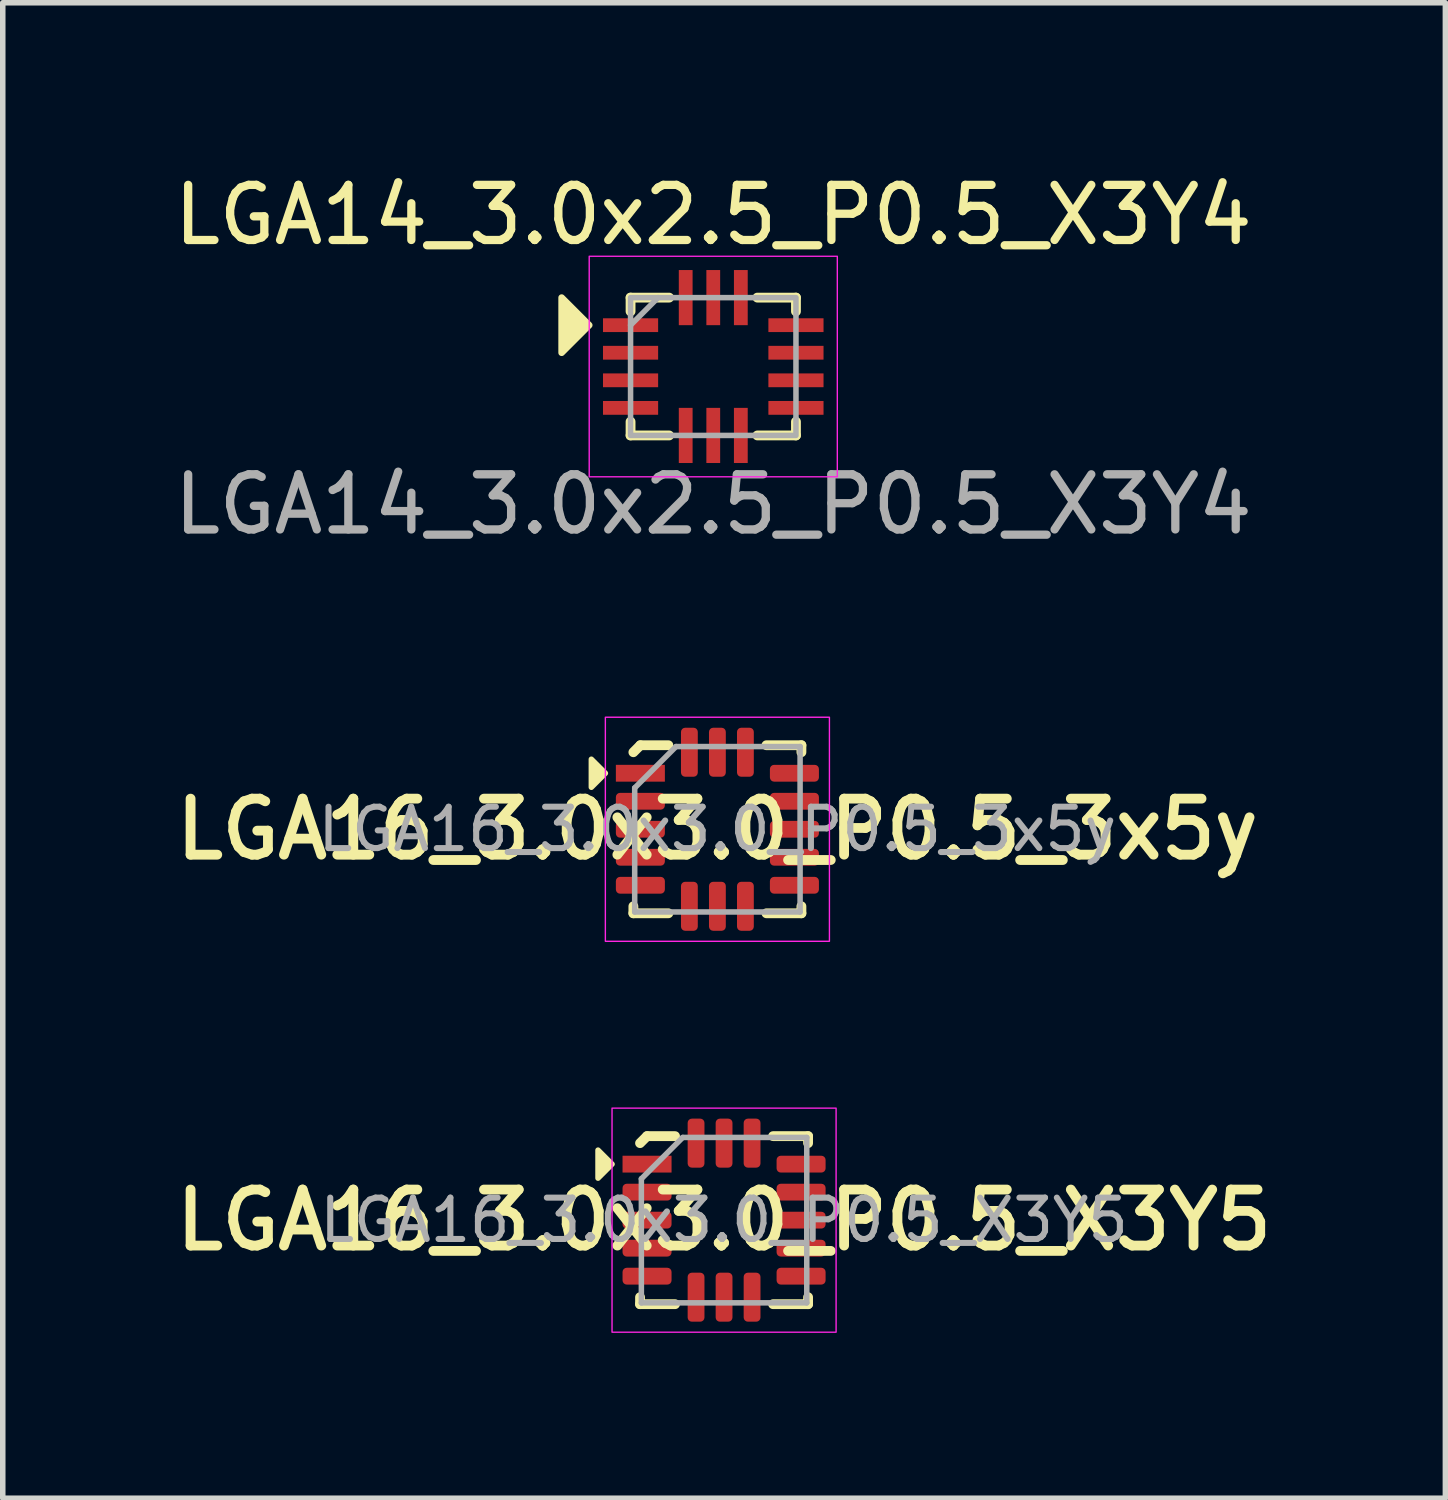
<source format=kicad_pcb>
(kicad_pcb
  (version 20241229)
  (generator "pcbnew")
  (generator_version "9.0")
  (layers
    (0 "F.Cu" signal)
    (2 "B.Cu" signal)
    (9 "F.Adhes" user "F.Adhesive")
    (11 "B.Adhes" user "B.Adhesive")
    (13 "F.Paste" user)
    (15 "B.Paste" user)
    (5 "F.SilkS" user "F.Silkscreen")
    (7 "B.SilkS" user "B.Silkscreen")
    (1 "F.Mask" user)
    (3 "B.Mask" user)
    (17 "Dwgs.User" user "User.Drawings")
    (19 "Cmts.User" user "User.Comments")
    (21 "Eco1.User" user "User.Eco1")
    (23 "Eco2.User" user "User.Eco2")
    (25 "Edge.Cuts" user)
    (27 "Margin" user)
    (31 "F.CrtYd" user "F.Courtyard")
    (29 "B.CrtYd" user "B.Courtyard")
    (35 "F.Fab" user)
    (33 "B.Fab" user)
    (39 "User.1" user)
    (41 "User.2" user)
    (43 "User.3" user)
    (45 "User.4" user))
  (footprint "LGA16_3.0x3.0_P0.5_3x5y"
    (layer "F.Cu")
    (at 9.962 11.991)
    (property "Reference" "LGA16_3.0x3.0_P0.5_3x5y" (at 0 0 0) (layer "F.SilkS") (effects (font (size 1.016 1.016) (thickness 0.178))))
    (attr smd)
    (fp_line (start -1.524 -1.397) (end -1.397 -1.524) (stroke (width 0.178) (type solid)) (layer "F.SilkS"))
    (fp_line (start -1.524 1.524) (end -1.524 1.397) (stroke (width 0.178) (type solid)) (layer "F.SilkS"))
    (fp_line (start -1.397 -1.524) (end -0.889 -1.524) (stroke (width 0.178) (type solid)) (layer "F.SilkS"))
    (fp_line (start -0.889 1.524) (end -1.524 1.524) (stroke (width 0.178) (type solid)) (layer "F.SilkS"))
    (fp_line (start 0.889 -1.524) (end 1.524 -1.524) (stroke (width 0.178) (type solid)) (layer "F.SilkS"))
    (fp_line (start 1.524 -1.524) (end 1.524 -1.397) (stroke (width 0.178) (type solid)) (layer "F.SilkS"))
    (fp_line (start 1.524 1.397) (end 1.524 1.524) (stroke (width 0.178) (type solid)) (layer "F.SilkS"))
    (fp_line (start 1.524 1.524) (end 0.889 1.524) (stroke (width 0.178) (type solid)) (layer "F.SilkS"))
    (fp_poly (pts (xy -2.032 -1.016) (xy -2.286 -0.762) (xy -2.286 -1.27)) (stroke (width 0.1) (type solid)) (fill yes) (layer "F.SilkS"))
    (fp_rect (start -2.032 -2.032) (end 2.032 2.032) (stroke (width 0.025) (type solid)) (fill no) (layer "F.CrtYd"))
    (fp_line (start -1.5 -0.75) (end -0.75 -1.5) (stroke (width 0.1) (type solid)) (layer "F.Fab"))
    (fp_line (start -1.5 1.5) (end -1.5 -0.75) (stroke (width 0.1) (type solid)) (layer "F.Fab"))
    (fp_line (start -0.75 -1.5) (end 1.5 -1.5) (stroke (width 0.1) (type solid)) (layer "F.Fab"))
    (fp_line (start 1.5 -1.5) (end 1.5 1.5) (stroke (width 0.1) (type solid)) (layer "F.Fab"))
    (fp_line (start 1.5 1.5) (end -1.5 1.5) (stroke (width 0.1) (type solid)) (layer "F.Fab"))
    (fp_text user "${REFERENCE}" (at 0 0 0) (layer "F.Fab") (effects (font (size 0.75 0.75) (thickness 0.11))))
    (pad "1" smd rect (at -1.397 -1.016) (size 0.889 0.305) (layers "F.Cu" "F.Mask" "F.Paste"))
    (pad "2" smd roundrect (at -1.397 -0.508) (size 0.889 0.305) (layers "F.Cu" "F.Mask" "F.Paste") (roundrect_rratio 0.25))
    (pad "3" smd roundrect (at -1.397 0) (size 0.889 0.305) (layers "F.Cu" "F.Mask" "F.Paste") (roundrect_rratio 0.25))
    (pad "4" smd roundrect (at -1.397 0.508) (size 0.889 0.305) (layers "F.Cu" "F.Mask" "F.Paste") (roundrect_rratio 0.25))
    (pad "5" smd roundrect (at -1.397 1.016) (size 0.889 0.305) (layers "F.Cu" "F.Mask" "F.Paste") (roundrect_rratio 0.25))
    (pad "6" smd roundrect (at -0.508 1.397) (size 0.305 0.889) (layers "F.Cu" "F.Mask" "F.Paste") (roundrect_rratio 0.25))
    (pad "7" smd roundrect (at 0 1.397) (size 0.305 0.889) (layers "F.Cu" "F.Mask" "F.Paste") (roundrect_rratio 0.25))
    (pad "8" smd roundrect (at 0.508 1.397) (size 0.305 0.889) (layers "F.Cu" "F.Mask" "F.Paste") (roundrect_rratio 0.25))
    (pad "9" smd roundrect (at 1.397 1.016) (size 0.889 0.305) (layers "F.Cu" "F.Mask" "F.Paste") (roundrect_rratio 0.25))
    (pad "10" smd roundrect (at 1.397 0.508) (size 0.889 0.305) (layers "F.Cu" "F.Mask" "F.Paste") (roundrect_rratio 0.25))
    (pad "11" smd roundrect (at 1.397 0) (size 0.889 0.305) (layers "F.Cu" "F.Mask" "F.Paste") (roundrect_rratio 0.25))
    (pad "12" smd roundrect (at 1.397 -0.508) (size 0.889 0.305) (layers "F.Cu" "F.Mask" "F.Paste") (roundrect_rratio 0.25))
    (pad "13" smd roundrect (at 1.397 -1.016) (size 0.889 0.305) (layers "F.Cu" "F.Mask" "F.Paste") (roundrect_rratio 0.25))
    (pad "14" smd roundrect (at 0.508 -1.397) (size 0.305 0.889) (layers "F.Cu" "F.Mask" "F.Paste") (roundrect_rratio 0.25))
    (pad "15" smd roundrect (at 0 -1.397) (size 0.305 0.889) (layers "F.Cu" "F.Mask" "F.Paste") (roundrect_rratio 0.25))
    (pad "16" smd roundrect (at -0.508 -1.397) (size 0.305 0.889) (layers "F.Cu" "F.Mask" "F.Paste") (roundrect_rratio 0.25)))
  (footprint "LGA16_3.0x3.0_P0.5_X3Y5"
    (layer "F.Cu")
    (at 10.083 19.081)
    (property "Reference" "LGA16_3.0x3.0_P0.5_X3Y5" (at 0 0 0) (layer "F.SilkS") (effects (font (size 1.016 1.016) (thickness 0.178))))
    (attr smd)
    (fp_line (start -1.524 -1.397) (end -1.397 -1.524) (stroke (width 0.178) (type solid)) (layer "F.SilkS"))
    (fp_line (start -1.524 1.524) (end -1.524 1.397) (stroke (width 0.178) (type solid)) (layer "F.SilkS"))
    (fp_line (start -1.397 -1.524) (end -0.889 -1.524) (stroke (width 0.178) (type solid)) (layer "F.SilkS"))
    (fp_line (start -0.889 1.524) (end -1.524 1.524) (stroke (width 0.178) (type solid)) (layer "F.SilkS"))
    (fp_line (start 0.889 -1.524) (end 1.524 -1.524) (stroke (width 0.178) (type solid)) (layer "F.SilkS"))
    (fp_line (start 1.524 -1.524) (end 1.524 -1.397) (stroke (width 0.178) (type solid)) (layer "F.SilkS"))
    (fp_line (start 1.524 1.397) (end 1.524 1.524) (stroke (width 0.178) (type solid)) (layer "F.SilkS"))
    (fp_line (start 1.524 1.524) (end 0.889 1.524) (stroke (width 0.178) (type solid)) (layer "F.SilkS"))
    (fp_poly (pts (xy -2.032 -1.016) (xy -2.286 -0.762) (xy -2.286 -1.27)) (stroke (width 0.1) (type solid)) (fill yes) (layer "F.SilkS"))
    (fp_rect (start -2.032 -2.032) (end 2.032 2.032) (stroke (width 0.025) (type solid)) (fill no) (layer "F.CrtYd"))
    (fp_line (start -1.5 -0.75) (end -0.75 -1.5) (stroke (width 0.1) (type solid)) (layer "F.Fab"))
    (fp_line (start -1.5 1.5) (end -1.5 -0.75) (stroke (width 0.1) (type solid)) (layer "F.Fab"))
    (fp_line (start -0.75 -1.5) (end 1.5 -1.5) (stroke (width 0.1) (type solid)) (layer "F.Fab"))
    (fp_line (start 1.5 -1.5) (end 1.5 1.5) (stroke (width 0.1) (type solid)) (layer "F.Fab"))
    (fp_line (start 1.5 1.5) (end -1.5 1.5) (stroke (width 0.1) (type solid)) (layer "F.Fab"))
    (fp_text user "${REFERENCE}" (at 0 0 0) (layer "F.Fab") (effects (font (size 0.75 0.75) (thickness 0.11))))
    (pad "1" smd rect (at -1.397 -1.016) (size 0.889 0.305) (layers "F.Cu" "F.Mask" "F.Paste"))
    (pad "2" smd roundrect (at -1.397 -0.508) (size 0.889 0.305) (layers "F.Cu" "F.Mask" "F.Paste") (roundrect_rratio 0.25))
    (pad "3" smd roundrect (at -1.397 0) (size 0.889 0.305) (layers "F.Cu" "F.Mask" "F.Paste") (roundrect_rratio 0.25))
    (pad "4" smd roundrect (at -1.397 0.508) (size 0.889 0.305) (layers "F.Cu" "F.Mask" "F.Paste") (roundrect_rratio 0.25))
    (pad "5" smd roundrect (at -1.397 1.016) (size 0.889 0.305) (layers "F.Cu" "F.Mask" "F.Paste") (roundrect_rratio 0.25))
    (pad "6" smd roundrect (at -0.508 1.397) (size 0.305 0.889) (layers "F.Cu" "F.Mask" "F.Paste") (roundrect_rratio 0.25))
    (pad "7" smd roundrect (at 0 1.397) (size 0.305 0.889) (layers "F.Cu" "F.Mask" "F.Paste") (roundrect_rratio 0.25))
    (pad "8" smd roundrect (at 0.508 1.397) (size 0.305 0.889) (layers "F.Cu" "F.Mask" "F.Paste") (roundrect_rratio 0.25))
    (pad "9" smd roundrect (at 1.397 1.016) (size 0.889 0.305) (layers "F.Cu" "F.Mask" "F.Paste") (roundrect_rratio 0.25))
    (pad "10" smd roundrect (at 1.397 0.508) (size 0.889 0.305) (layers "F.Cu" "F.Mask" "F.Paste") (roundrect_rratio 0.25))
    (pad "11" smd roundrect (at 1.397 0) (size 0.889 0.305) (layers "F.Cu" "F.Mask" "F.Paste") (roundrect_rratio 0.25))
    (pad "12" smd roundrect (at 1.397 -0.508) (size 0.889 0.305) (layers "F.Cu" "F.Mask" "F.Paste") (roundrect_rratio 0.25))
    (pad "13" smd roundrect (at 1.397 -1.016) (size 0.889 0.305) (layers "F.Cu" "F.Mask" "F.Paste") (roundrect_rratio 0.25))
    (pad "14" smd roundrect (at 0.508 -1.397) (size 0.305 0.889) (layers "F.Cu" "F.Mask" "F.Paste") (roundrect_rratio 0.25))
    (pad "15" smd roundrect (at 0 -1.397) (size 0.305 0.889) (layers "F.Cu" "F.Mask" "F.Paste") (roundrect_rratio 0.25))
    (pad "16" smd roundrect (at -0.508 -1.397) (size 0.305 0.889) (layers "F.Cu" "F.Mask" "F.Paste") (roundrect_rratio 0.25)))
  (footprint "LGA14_3.0x2.5_P0.5_X3Y4"
    (layer "F.Cu")
    (at 9.887 3.598)
    (property "Reference" "LGA14_3.0x2.5_P0.5_X3Y4" (at 0 -2.75 0) (unlocked yes) (layer "F.SilkS") (effects (font (size 1 1) (thickness 0.15))))
    (attr smd)
    (fp_line (start -1.5 -1.25) (end -0.8 -1.25) (stroke (width 0.178) (type solid)) (layer "F.SilkS"))
    (fp_line (start -1.5 -1) (end -1.5 -1.25) (stroke (width 0.178) (type solid)) (layer "F.SilkS"))
    (fp_line (start -1.5 1) (end -1.5 1.25) (stroke (width 0.178) (type solid)) (layer "F.SilkS"))
    (fp_line (start -1.5 1.25) (end -0.8 1.25) (stroke (width 0.178) (type solid)) (layer "F.SilkS"))
    (fp_line (start 0.8 -1.25) (end 1.5 -1.25) (stroke (width 0.178) (type solid)) (layer "F.SilkS"))
    (fp_line (start 0.8 1.25) (end 1.5 1.25) (stroke (width 0.178) (type solid)) (layer "F.SilkS"))
    (fp_line (start 1.5 -1) (end 1.5 -1.25) (stroke (width 0.178) (type solid)) (layer "F.SilkS"))
    (fp_line (start 1.5 1) (end 1.5 1.25) (stroke (width 0.178) (type solid)) (layer "F.SilkS"))
    (fp_poly (pts (xy -2.25 -0.75) (xy -2.75 -0.25) (xy -2.75 -1.25)) (stroke (width 0.12) (type solid)) (fill yes) (layer "F.SilkS"))
    (fp_rect (start -2.25 -2) (end 2.25 2) (stroke (width 0.025) (type solid)) (fill no) (layer "F.CrtYd"))
    (fp_line (start -1.5 -0.75) (end -1 -1.25) (stroke (width 0.1) (type solid)) (layer "F.Fab"))
    (fp_rect (start -1.5 -1.25) (end 1.5 1.25) (stroke (width 0.1) (type solid)) (fill no) (layer "F.Fab"))
    (fp_text user "${REFERENCE}" (at 0 2.5 0) (unlocked yes) (layer "F.Fab") (effects (font (size 1 1) (thickness 0.15))))
    (pad "1" smd rect (at -1.5 -0.75) (size 1 0.25) (layers "F.Cu" "F.Mask" "F.Paste"))
    (pad "2" smd rect (at -1.5 -0.25) (size 1 0.25) (layers "F.Cu" "F.Mask" "F.Paste"))
    (pad "3" smd rect (at -1.5 0.25) (size 1 0.25) (layers "F.Cu" "F.Mask" "F.Paste"))
    (pad "4" smd rect (at -1.5 0.75) (size 1 0.25) (layers "F.Cu" "F.Mask" "F.Paste"))
    (pad "5" smd rect (at -0.5 1.25) (size 0.25 1) (layers "F.Cu" "F.Mask" "F.Paste"))
    (pad "6" smd rect (at 0 1.25) (size 0.25 1) (layers "F.Cu" "F.Mask" "F.Paste"))
    (pad "7" smd rect (at 0.5 1.25) (size 0.25 1) (layers "F.Cu" "F.Mask" "F.Paste"))
    (pad "8" smd rect (at 1.5 0.75) (size 1 0.25) (layers "F.Cu" "F.Mask" "F.Paste"))
    (pad "9" smd rect (at 1.5 0.25) (size 1 0.25) (layers "F.Cu" "F.Mask" "F.Paste"))
    (pad "10" smd rect (at 1.5 -0.25) (size 1 0.25) (layers "F.Cu" "F.Mask" "F.Paste"))
    (pad "11" smd rect (at 1.5 -0.75) (size 1 0.25) (layers "F.Cu" "F.Mask" "F.Paste"))
    (pad "12" smd rect (at 0.5 -1.25) (size 0.25 1) (layers "F.Cu" "F.Mask" "F.Paste"))
    (pad "13" smd rect (at 0 -1.25) (size 0.25 1) (layers "F.Cu" "F.Mask" "F.Paste"))
    (pad "14" smd rect (at -0.5 -1.25) (size 0.25 1) (layers "F.Cu" "F.Mask" "F.Paste")))
  (gr_rect
    (start -3 -3)
    (end 23.166 24.125)
    (stroke (width 0.1) (type default))
    (fill no)
    (layer "Edge.Cuts")))
</source>
